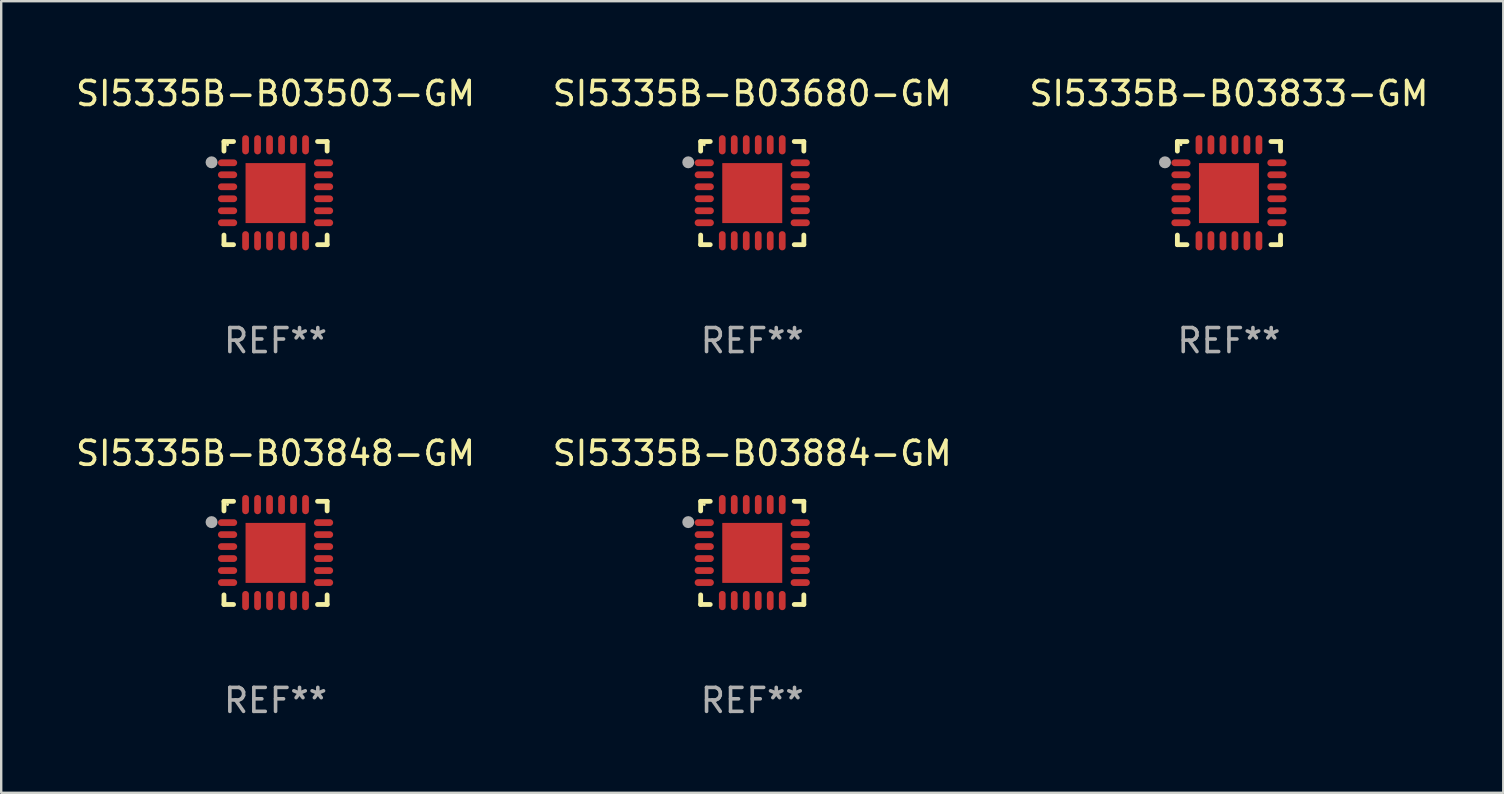
<source format=kicad_pcb>
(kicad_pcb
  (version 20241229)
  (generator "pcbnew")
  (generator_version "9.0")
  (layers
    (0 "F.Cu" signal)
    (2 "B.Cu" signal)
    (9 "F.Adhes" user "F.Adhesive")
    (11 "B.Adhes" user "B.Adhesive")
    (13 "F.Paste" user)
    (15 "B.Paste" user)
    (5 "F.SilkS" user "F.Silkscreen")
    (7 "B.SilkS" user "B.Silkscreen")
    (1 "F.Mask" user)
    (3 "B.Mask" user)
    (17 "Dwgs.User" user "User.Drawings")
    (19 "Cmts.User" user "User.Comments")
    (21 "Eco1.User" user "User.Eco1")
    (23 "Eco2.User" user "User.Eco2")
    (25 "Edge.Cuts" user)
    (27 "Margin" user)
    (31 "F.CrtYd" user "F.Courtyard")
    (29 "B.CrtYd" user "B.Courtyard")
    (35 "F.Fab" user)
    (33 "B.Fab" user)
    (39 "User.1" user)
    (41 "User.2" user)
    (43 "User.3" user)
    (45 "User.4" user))
  (footprint "SI5335B-B03833-GM"
    (layer "F.Cu")
    (at 48.173 4.998)
    (property "Reference" "SI5335B-B03833-GM" (at 0 -4.15 0) (layer "F.SilkS") (effects (font (size 1 1) (thickness 0.15))))
    (attr through_hole)
    (fp_line (start -2.15 -2.15) (end -1.75 -2.15) (stroke (width 0.2) (type solid)) (layer "F.SilkS"))
    (fp_line (start -2.15 -1.75) (end -2.15 -2.15) (stroke (width 0.2) (type solid)) (layer "F.SilkS"))
    (fp_line (start -2.15 2.15) (end -2.15 1.75) (stroke (width 0.2) (type solid)) (layer "F.SilkS"))
    (fp_line (start -1.75 2.15) (end -2.15 2.15) (stroke (width 0.2) (type solid)) (layer "F.SilkS"))
    (fp_line (start 1.75 -2.15) (end 2.15 -2.15) (stroke (width 0.2) (type solid)) (layer "F.SilkS"))
    (fp_line (start 1.75 2.15) (end 2.15 2.15) (stroke (width 0.2) (type solid)) (layer "F.SilkS"))
    (fp_line (start 2.15 -2.15) (end 2.15 -1.75) (stroke (width 0.2) (type solid)) (layer "F.SilkS"))
    (fp_line (start 2.15 2.15) (end 2.15 1.75) (stroke (width 0.2) (type solid)) (layer "F.SilkS"))
    (fp_circle (center -2 -2.013) (end -1.97 -2.013) (stroke (width 0.06) (type solid)) (fill no) (layer "F.SilkS"))
    (fp_circle (center -2.667 -1.283) (end -2.542 -1.283) (stroke (width 0.25) (type solid)) (fill no) (layer "F.Fab"))
    (fp_text user "REF**" (at 0 6.15 0) (layer "F.Fab") (effects (font (size 1 1) (thickness 0.15))))
    (pad "1" smd oval (at -2 -1.263) (size 0.8 0.28) (layers "F.Cu" "F.Mask" "F.Paste"))
    (pad "2" smd oval (at -2 -0.763) (size 0.8 0.28) (layers "F.Cu" "F.Mask" "F.Paste"))
    (pad "3" smd oval (at -2 -0.263) (size 0.8 0.28) (layers "F.Cu" "F.Mask" "F.Paste"))
    (pad "4" smd oval (at -2 0.237) (size 0.8 0.28) (layers "F.Cu" "F.Mask" "F.Paste"))
    (pad "5" smd oval (at -2 0.737) (size 0.8 0.28) (layers "F.Cu" "F.Mask" "F.Paste"))
    (pad "6" smd oval (at -2 1.237) (size 0.8 0.28) (layers "F.Cu" "F.Mask" "F.Paste"))
    (pad "7" smd oval (at -1.25 1.987) (size 0.28 0.8) (layers "F.Cu" "F.Mask" "F.Paste"))
    (pad "8" smd oval (at -0.75 1.987) (size 0.28 0.8) (layers "F.Cu" "F.Mask" "F.Paste"))
    (pad "9" smd oval (at -0.25 1.987) (size 0.28 0.8) (layers "F.Cu" "F.Mask" "F.Paste"))
    (pad "10" smd oval (at 0.25 1.987) (size 0.28 0.8) (layers "F.Cu" "F.Mask" "F.Paste"))
    (pad "11" smd oval (at 0.75 1.987) (size 0.28 0.8) (layers "F.Cu" "F.Mask" "F.Paste"))
    (pad "12" smd oval (at 1.25 1.987) (size 0.28 0.8) (layers "F.Cu" "F.Mask" "F.Paste"))
    (pad "13" smd oval (at 2 1.237) (size 0.8 0.28) (layers "F.Cu" "F.Mask" "F.Paste"))
    (pad "14" smd oval (at 2 0.737) (size 0.8 0.28) (layers "F.Cu" "F.Mask" "F.Paste"))
    (pad "15" smd oval (at 2 0.237) (size 0.8 0.28) (layers "F.Cu" "F.Mask" "F.Paste"))
    (pad "16" smd oval (at 2 -0.263) (size 0.8 0.28) (layers "F.Cu" "F.Mask" "F.Paste"))
    (pad "17" smd oval (at 2 -0.763) (size 0.8 0.28) (layers "F.Cu" "F.Mask" "F.Paste"))
    (pad "18" smd oval (at 2 -1.263) (size 0.8 0.28) (layers "F.Cu" "F.Mask" "F.Paste"))
    (pad "19" smd oval (at 1.25 -2.013) (size 0.28 0.8) (layers "F.Cu" "F.Mask" "F.Paste"))
    (pad "20" smd oval (at 0.75 -2.013) (size 0.28 0.8) (layers "F.Cu" "F.Mask" "F.Paste"))
    (pad "21" smd oval (at 0.25 -2.013) (size 0.28 0.8) (layers "F.Cu" "F.Mask" "F.Paste"))
    (pad "22" smd oval (at -0.25 -2.013) (size 0.28 0.8) (layers "F.Cu" "F.Mask" "F.Paste"))
    (pad "23" smd oval (at -0.75 -2.013) (size 0.28 0.8) (layers "F.Cu" "F.Mask" "F.Paste"))
    (pad "24" smd oval (at -1.25 -2.013) (size 0.28 0.8) (layers "F.Cu" "F.Mask" "F.Paste"))
    (pad "25" smd rect (at -0.000127 -0.00014) (size 2.5 2.5) (layers "F.Cu" "F.Mask" "F.Paste")))
  (footprint "SI5335B-B03680-GM"
    (layer "F.Cu")
    (at 28.304 4.998)
    (property "Reference" "SI5335B-B03680-GM" (at 0 -4.15 0) (layer "F.SilkS") (effects (font (size 1 1) (thickness 0.15))))
    (attr through_hole)
    (fp_line (start -2.15 -2.15) (end -1.75 -2.15) (stroke (width 0.2) (type solid)) (layer "F.SilkS"))
    (fp_line (start -2.15 -1.75) (end -2.15 -2.15) (stroke (width 0.2) (type solid)) (layer "F.SilkS"))
    (fp_line (start -2.15 2.15) (end -2.15 1.75) (stroke (width 0.2) (type solid)) (layer "F.SilkS"))
    (fp_line (start -1.75 2.15) (end -2.15 2.15) (stroke (width 0.2) (type solid)) (layer "F.SilkS"))
    (fp_line (start 1.75 -2.15) (end 2.15 -2.15) (stroke (width 0.2) (type solid)) (layer "F.SilkS"))
    (fp_line (start 1.75 2.15) (end 2.15 2.15) (stroke (width 0.2) (type solid)) (layer "F.SilkS"))
    (fp_line (start 2.15 -2.15) (end 2.15 -1.75) (stroke (width 0.2) (type solid)) (layer "F.SilkS"))
    (fp_line (start 2.15 2.15) (end 2.15 1.75) (stroke (width 0.2) (type solid)) (layer "F.SilkS"))
    (fp_circle (center -2 -2.013) (end -1.97 -2.013) (stroke (width 0.06) (type solid)) (fill no) (layer "F.SilkS"))
    (fp_circle (center -2.667 -1.283) (end -2.542 -1.283) (stroke (width 0.25) (type solid)) (fill no) (layer "F.Fab"))
    (fp_text user "REF**" (at 0 6.15 0) (layer "F.Fab") (effects (font (size 1 1) (thickness 0.15))))
    (pad "1" smd oval (at -2 -1.263) (size 0.8 0.28) (layers "F.Cu" "F.Mask" "F.Paste"))
    (pad "2" smd oval (at -2 -0.763) (size 0.8 0.28) (layers "F.Cu" "F.Mask" "F.Paste"))
    (pad "3" smd oval (at -2 -0.263) (size 0.8 0.28) (layers "F.Cu" "F.Mask" "F.Paste"))
    (pad "4" smd oval (at -2 0.237) (size 0.8 0.28) (layers "F.Cu" "F.Mask" "F.Paste"))
    (pad "5" smd oval (at -2 0.737) (size 0.8 0.28) (layers "F.Cu" "F.Mask" "F.Paste"))
    (pad "6" smd oval (at -2 1.237) (size 0.8 0.28) (layers "F.Cu" "F.Mask" "F.Paste"))
    (pad "7" smd oval (at -1.25 1.987) (size 0.28 0.8) (layers "F.Cu" "F.Mask" "F.Paste"))
    (pad "8" smd oval (at -0.75 1.987) (size 0.28 0.8) (layers "F.Cu" "F.Mask" "F.Paste"))
    (pad "9" smd oval (at -0.25 1.987) (size 0.28 0.8) (layers "F.Cu" "F.Mask" "F.Paste"))
    (pad "10" smd oval (at 0.25 1.987) (size 0.28 0.8) (layers "F.Cu" "F.Mask" "F.Paste"))
    (pad "11" smd oval (at 0.75 1.987) (size 0.28 0.8) (layers "F.Cu" "F.Mask" "F.Paste"))
    (pad "12" smd oval (at 1.25 1.987) (size 0.28 0.8) (layers "F.Cu" "F.Mask" "F.Paste"))
    (pad "13" smd oval (at 2 1.237) (size 0.8 0.28) (layers "F.Cu" "F.Mask" "F.Paste"))
    (pad "14" smd oval (at 2 0.737) (size 0.8 0.28) (layers "F.Cu" "F.Mask" "F.Paste"))
    (pad "15" smd oval (at 2 0.237) (size 0.8 0.28) (layers "F.Cu" "F.Mask" "F.Paste"))
    (pad "16" smd oval (at 2 -0.263) (size 0.8 0.28) (layers "F.Cu" "F.Mask" "F.Paste"))
    (pad "17" smd oval (at 2 -0.763) (size 0.8 0.28) (layers "F.Cu" "F.Mask" "F.Paste"))
    (pad "18" smd oval (at 2 -1.263) (size 0.8 0.28) (layers "F.Cu" "F.Mask" "F.Paste"))
    (pad "19" smd oval (at 1.25 -2.013) (size 0.28 0.8) (layers "F.Cu" "F.Mask" "F.Paste"))
    (pad "20" smd oval (at 0.75 -2.013) (size 0.28 0.8) (layers "F.Cu" "F.Mask" "F.Paste"))
    (pad "21" smd oval (at 0.25 -2.013) (size 0.28 0.8) (layers "F.Cu" "F.Mask" "F.Paste"))
    (pad "22" smd oval (at -0.25 -2.013) (size 0.28 0.8) (layers "F.Cu" "F.Mask" "F.Paste"))
    (pad "23" smd oval (at -0.75 -2.013) (size 0.28 0.8) (layers "F.Cu" "F.Mask" "F.Paste"))
    (pad "24" smd oval (at -1.25 -2.013) (size 0.28 0.8) (layers "F.Cu" "F.Mask" "F.Paste"))
    (pad "25" smd rect (at -0.000127 -0.00014) (size 2.5 2.5) (layers "F.Cu" "F.Mask" "F.Paste")))
  (footprint "SI5335B-B03884-GM"
    (layer "F.Cu")
    (at 28.304 19.995)
    (property "Reference" "SI5335B-B03884-GM" (at 0 -4.15 0) (layer "F.SilkS") (effects (font (size 1 1) (thickness 0.15))))
    (attr through_hole)
    (fp_line (start -2.15 -2.15) (end -1.75 -2.15) (stroke (width 0.2) (type solid)) (layer "F.SilkS"))
    (fp_line (start -2.15 -1.75) (end -2.15 -2.15) (stroke (width 0.2) (type solid)) (layer "F.SilkS"))
    (fp_line (start -2.15 2.15) (end -2.15 1.75) (stroke (width 0.2) (type solid)) (layer "F.SilkS"))
    (fp_line (start -1.75 2.15) (end -2.15 2.15) (stroke (width 0.2) (type solid)) (layer "F.SilkS"))
    (fp_line (start 1.75 -2.15) (end 2.15 -2.15) (stroke (width 0.2) (type solid)) (layer "F.SilkS"))
    (fp_line (start 1.75 2.15) (end 2.15 2.15) (stroke (width 0.2) (type solid)) (layer "F.SilkS"))
    (fp_line (start 2.15 -2.15) (end 2.15 -1.75) (stroke (width 0.2) (type solid)) (layer "F.SilkS"))
    (fp_line (start 2.15 2.15) (end 2.15 1.75) (stroke (width 0.2) (type solid)) (layer "F.SilkS"))
    (fp_circle (center -2 -2.013) (end -1.97 -2.013) (stroke (width 0.06) (type solid)) (fill no) (layer "F.SilkS"))
    (fp_circle (center -2.667 -1.283) (end -2.542 -1.283) (stroke (width 0.25) (type solid)) (fill no) (layer "F.Fab"))
    (fp_text user "REF**" (at 0 6.15 0) (layer "F.Fab") (effects (font (size 1 1) (thickness 0.15))))
    (pad "1" smd oval (at -2 -1.263) (size 0.8 0.28) (layers "F.Cu" "F.Mask" "F.Paste"))
    (pad "2" smd oval (at -2 -0.763) (size 0.8 0.28) (layers "F.Cu" "F.Mask" "F.Paste"))
    (pad "3" smd oval (at -2 -0.263) (size 0.8 0.28) (layers "F.Cu" "F.Mask" "F.Paste"))
    (pad "4" smd oval (at -2 0.237) (size 0.8 0.28) (layers "F.Cu" "F.Mask" "F.Paste"))
    (pad "5" smd oval (at -2 0.737) (size 0.8 0.28) (layers "F.Cu" "F.Mask" "F.Paste"))
    (pad "6" smd oval (at -2 1.237) (size 0.8 0.28) (layers "F.Cu" "F.Mask" "F.Paste"))
    (pad "7" smd oval (at -1.25 1.987) (size 0.28 0.8) (layers "F.Cu" "F.Mask" "F.Paste"))
    (pad "8" smd oval (at -0.75 1.987) (size 0.28 0.8) (layers "F.Cu" "F.Mask" "F.Paste"))
    (pad "9" smd oval (at -0.25 1.987) (size 0.28 0.8) (layers "F.Cu" "F.Mask" "F.Paste"))
    (pad "10" smd oval (at 0.25 1.987) (size 0.28 0.8) (layers "F.Cu" "F.Mask" "F.Paste"))
    (pad "11" smd oval (at 0.75 1.987) (size 0.28 0.8) (layers "F.Cu" "F.Mask" "F.Paste"))
    (pad "12" smd oval (at 1.25 1.987) (size 0.28 0.8) (layers "F.Cu" "F.Mask" "F.Paste"))
    (pad "13" smd oval (at 2 1.237) (size 0.8 0.28) (layers "F.Cu" "F.Mask" "F.Paste"))
    (pad "14" smd oval (at 2 0.737) (size 0.8 0.28) (layers "F.Cu" "F.Mask" "F.Paste"))
    (pad "15" smd oval (at 2 0.237) (size 0.8 0.28) (layers "F.Cu" "F.Mask" "F.Paste"))
    (pad "16" smd oval (at 2 -0.263) (size 0.8 0.28) (layers "F.Cu" "F.Mask" "F.Paste"))
    (pad "17" smd oval (at 2 -0.763) (size 0.8 0.28) (layers "F.Cu" "F.Mask" "F.Paste"))
    (pad "18" smd oval (at 2 -1.263) (size 0.8 0.28) (layers "F.Cu" "F.Mask" "F.Paste"))
    (pad "19" smd oval (at 1.25 -2.013) (size 0.28 0.8) (layers "F.Cu" "F.Mask" "F.Paste"))
    (pad "20" smd oval (at 0.75 -2.013) (size 0.28 0.8) (layers "F.Cu" "F.Mask" "F.Paste"))
    (pad "21" smd oval (at 0.25 -2.013) (size 0.28 0.8) (layers "F.Cu" "F.Mask" "F.Paste"))
    (pad "22" smd oval (at -0.25 -2.013) (size 0.28 0.8) (layers "F.Cu" "F.Mask" "F.Paste"))
    (pad "23" smd oval (at -0.75 -2.013) (size 0.28 0.8) (layers "F.Cu" "F.Mask" "F.Paste"))
    (pad "24" smd oval (at -1.25 -2.013) (size 0.28 0.8) (layers "F.Cu" "F.Mask" "F.Paste"))
    (pad "25" smd rect (at -0.000127 -0.00014) (size 2.5 2.5) (layers "F.Cu" "F.Mask" "F.Paste")))
  (footprint "SI5335B-B03503-GM"
    (layer "F.Cu")
    (at 8.435 4.998)
    (property "Reference" "SI5335B-B03503-GM" (at 0 -4.15 0) (layer "F.SilkS") (effects (font (size 1 1) (thickness 0.15))))
    (attr through_hole)
    (fp_line (start -2.15 -2.15) (end -1.75 -2.15) (stroke (width 0.2) (type solid)) (layer "F.SilkS"))
    (fp_line (start -2.15 -1.75) (end -2.15 -2.15) (stroke (width 0.2) (type solid)) (layer "F.SilkS"))
    (fp_line (start -2.15 2.15) (end -2.15 1.75) (stroke (width 0.2) (type solid)) (layer "F.SilkS"))
    (fp_line (start -1.75 2.15) (end -2.15 2.15) (stroke (width 0.2) (type solid)) (layer "F.SilkS"))
    (fp_line (start 1.75 -2.15) (end 2.15 -2.15) (stroke (width 0.2) (type solid)) (layer "F.SilkS"))
    (fp_line (start 1.75 2.15) (end 2.15 2.15) (stroke (width 0.2) (type solid)) (layer "F.SilkS"))
    (fp_line (start 2.15 -2.15) (end 2.15 -1.75) (stroke (width 0.2) (type solid)) (layer "F.SilkS"))
    (fp_line (start 2.15 2.15) (end 2.15 1.75) (stroke (width 0.2) (type solid)) (layer "F.SilkS"))
    (fp_circle (center -2 -2.013) (end -1.97 -2.013) (stroke (width 0.06) (type solid)) (fill no) (layer "F.SilkS"))
    (fp_circle (center -2.667 -1.283) (end -2.542 -1.283) (stroke (width 0.25) (type solid)) (fill no) (layer "F.Fab"))
    (fp_text user "REF**" (at 0 6.15 0) (layer "F.Fab") (effects (font (size 1 1) (thickness 0.15))))
    (pad "1" smd oval (at -2 -1.263) (size 0.8 0.28) (layers "F.Cu" "F.Mask" "F.Paste"))
    (pad "2" smd oval (at -2 -0.763) (size 0.8 0.28) (layers "F.Cu" "F.Mask" "F.Paste"))
    (pad "3" smd oval (at -2 -0.263) (size 0.8 0.28) (layers "F.Cu" "F.Mask" "F.Paste"))
    (pad "4" smd oval (at -2 0.237) (size 0.8 0.28) (layers "F.Cu" "F.Mask" "F.Paste"))
    (pad "5" smd oval (at -2 0.737) (size 0.8 0.28) (layers "F.Cu" "F.Mask" "F.Paste"))
    (pad "6" smd oval (at -2 1.237) (size 0.8 0.28) (layers "F.Cu" "F.Mask" "F.Paste"))
    (pad "7" smd oval (at -1.25 1.987) (size 0.28 0.8) (layers "F.Cu" "F.Mask" "F.Paste"))
    (pad "8" smd oval (at -0.75 1.987) (size 0.28 0.8) (layers "F.Cu" "F.Mask" "F.Paste"))
    (pad "9" smd oval (at -0.25 1.987) (size 0.28 0.8) (layers "F.Cu" "F.Mask" "F.Paste"))
    (pad "10" smd oval (at 0.25 1.987) (size 0.28 0.8) (layers "F.Cu" "F.Mask" "F.Paste"))
    (pad "11" smd oval (at 0.75 1.987) (size 0.28 0.8) (layers "F.Cu" "F.Mask" "F.Paste"))
    (pad "12" smd oval (at 1.25 1.987) (size 0.28 0.8) (layers "F.Cu" "F.Mask" "F.Paste"))
    (pad "13" smd oval (at 2 1.237) (size 0.8 0.28) (layers "F.Cu" "F.Mask" "F.Paste"))
    (pad "14" smd oval (at 2 0.737) (size 0.8 0.28) (layers "F.Cu" "F.Mask" "F.Paste"))
    (pad "15" smd oval (at 2 0.237) (size 0.8 0.28) (layers "F.Cu" "F.Mask" "F.Paste"))
    (pad "16" smd oval (at 2 -0.263) (size 0.8 0.28) (layers "F.Cu" "F.Mask" "F.Paste"))
    (pad "17" smd oval (at 2 -0.763) (size 0.8 0.28) (layers "F.Cu" "F.Mask" "F.Paste"))
    (pad "18" smd oval (at 2 -1.263) (size 0.8 0.28) (layers "F.Cu" "F.Mask" "F.Paste"))
    (pad "19" smd oval (at 1.25 -2.013) (size 0.28 0.8) (layers "F.Cu" "F.Mask" "F.Paste"))
    (pad "20" smd oval (at 0.75 -2.013) (size 0.28 0.8) (layers "F.Cu" "F.Mask" "F.Paste"))
    (pad "21" smd oval (at 0.25 -2.013) (size 0.28 0.8) (layers "F.Cu" "F.Mask" "F.Paste"))
    (pad "22" smd oval (at -0.25 -2.013) (size 0.28 0.8) (layers "F.Cu" "F.Mask" "F.Paste"))
    (pad "23" smd oval (at -0.75 -2.013) (size 0.28 0.8) (layers "F.Cu" "F.Mask" "F.Paste"))
    (pad "24" smd oval (at -1.25 -2.013) (size 0.28 0.8) (layers "F.Cu" "F.Mask" "F.Paste"))
    (pad "25" smd rect (at -0.000127 -0.00014) (size 2.5 2.5) (layers "F.Cu" "F.Mask" "F.Paste")))
  (footprint "SI5335B-B03848-GM"
    (layer "F.Cu")
    (at 8.435 19.995)
    (property "Reference" "SI5335B-B03848-GM" (at 0 -4.15 0) (layer "F.SilkS") (effects (font (size 1 1) (thickness 0.15))))
    (attr through_hole)
    (fp_line (start -2.15 -2.15) (end -1.75 -2.15) (stroke (width 0.2) (type solid)) (layer "F.SilkS"))
    (fp_line (start -2.15 -1.75) (end -2.15 -2.15) (stroke (width 0.2) (type solid)) (layer "F.SilkS"))
    (fp_line (start -2.15 2.15) (end -2.15 1.75) (stroke (width 0.2) (type solid)) (layer "F.SilkS"))
    (fp_line (start -1.75 2.15) (end -2.15 2.15) (stroke (width 0.2) (type solid)) (layer "F.SilkS"))
    (fp_line (start 1.75 -2.15) (end 2.15 -2.15) (stroke (width 0.2) (type solid)) (layer "F.SilkS"))
    (fp_line (start 1.75 2.15) (end 2.15 2.15) (stroke (width 0.2) (type solid)) (layer "F.SilkS"))
    (fp_line (start 2.15 -2.15) (end 2.15 -1.75) (stroke (width 0.2) (type solid)) (layer "F.SilkS"))
    (fp_line (start 2.15 2.15) (end 2.15 1.75) (stroke (width 0.2) (type solid)) (layer "F.SilkS"))
    (fp_circle (center -2 -2.013) (end -1.97 -2.013) (stroke (width 0.06) (type solid)) (fill no) (layer "F.SilkS"))
    (fp_circle (center -2.667 -1.283) (end -2.542 -1.283) (stroke (width 0.25) (type solid)) (fill no) (layer "F.Fab"))
    (fp_text user "REF**" (at 0 6.15 0) (layer "F.Fab") (effects (font (size 1 1) (thickness 0.15))))
    (pad "1" smd oval (at -2 -1.263) (size 0.8 0.28) (layers "F.Cu" "F.Mask" "F.Paste"))
    (pad "2" smd oval (at -2 -0.763) (size 0.8 0.28) (layers "F.Cu" "F.Mask" "F.Paste"))
    (pad "3" smd oval (at -2 -0.263) (size 0.8 0.28) (layers "F.Cu" "F.Mask" "F.Paste"))
    (pad "4" smd oval (at -2 0.237) (size 0.8 0.28) (layers "F.Cu" "F.Mask" "F.Paste"))
    (pad "5" smd oval (at -2 0.737) (size 0.8 0.28) (layers "F.Cu" "F.Mask" "F.Paste"))
    (pad "6" smd oval (at -2 1.237) (size 0.8 0.28) (layers "F.Cu" "F.Mask" "F.Paste"))
    (pad "7" smd oval (at -1.25 1.987) (size 0.28 0.8) (layers "F.Cu" "F.Mask" "F.Paste"))
    (pad "8" smd oval (at -0.75 1.987) (size 0.28 0.8) (layers "F.Cu" "F.Mask" "F.Paste"))
    (pad "9" smd oval (at -0.25 1.987) (size 0.28 0.8) (layers "F.Cu" "F.Mask" "F.Paste"))
    (pad "10" smd oval (at 0.25 1.987) (size 0.28 0.8) (layers "F.Cu" "F.Mask" "F.Paste"))
    (pad "11" smd oval (at 0.75 1.987) (size 0.28 0.8) (layers "F.Cu" "F.Mask" "F.Paste"))
    (pad "12" smd oval (at 1.25 1.987) (size 0.28 0.8) (layers "F.Cu" "F.Mask" "F.Paste"))
    (pad "13" smd oval (at 2 1.237) (size 0.8 0.28) (layers "F.Cu" "F.Mask" "F.Paste"))
    (pad "14" smd oval (at 2 0.737) (size 0.8 0.28) (layers "F.Cu" "F.Mask" "F.Paste"))
    (pad "15" smd oval (at 2 0.237) (size 0.8 0.28) (layers "F.Cu" "F.Mask" "F.Paste"))
    (pad "16" smd oval (at 2 -0.263) (size 0.8 0.28) (layers "F.Cu" "F.Mask" "F.Paste"))
    (pad "17" smd oval (at 2 -0.763) (size 0.8 0.28) (layers "F.Cu" "F.Mask" "F.Paste"))
    (pad "18" smd oval (at 2 -1.263) (size 0.8 0.28) (layers "F.Cu" "F.Mask" "F.Paste"))
    (pad "19" smd oval (at 1.25 -2.013) (size 0.28 0.8) (layers "F.Cu" "F.Mask" "F.Paste"))
    (pad "20" smd oval (at 0.75 -2.013) (size 0.28 0.8) (layers "F.Cu" "F.Mask" "F.Paste"))
    (pad "21" smd oval (at 0.25 -2.013) (size 0.28 0.8) (layers "F.Cu" "F.Mask" "F.Paste"))
    (pad "22" smd oval (at -0.25 -2.013) (size 0.28 0.8) (layers "F.Cu" "F.Mask" "F.Paste"))
    (pad "23" smd oval (at -0.75 -2.013) (size 0.28 0.8) (layers "F.Cu" "F.Mask" "F.Paste"))
    (pad "24" smd oval (at -1.25 -2.013) (size 0.28 0.8) (layers "F.Cu" "F.Mask" "F.Paste"))
    (pad "25" smd rect (at -0.000127 -0.00014) (size 2.5 2.5) (layers "F.Cu" "F.Mask" "F.Paste")))
  (gr_rect
    (start -3 -3)
    (end 59.607 29.993)
    (stroke (width 0.1) (type default))
    (fill no)
    (layer "Edge.Cuts")))
</source>
